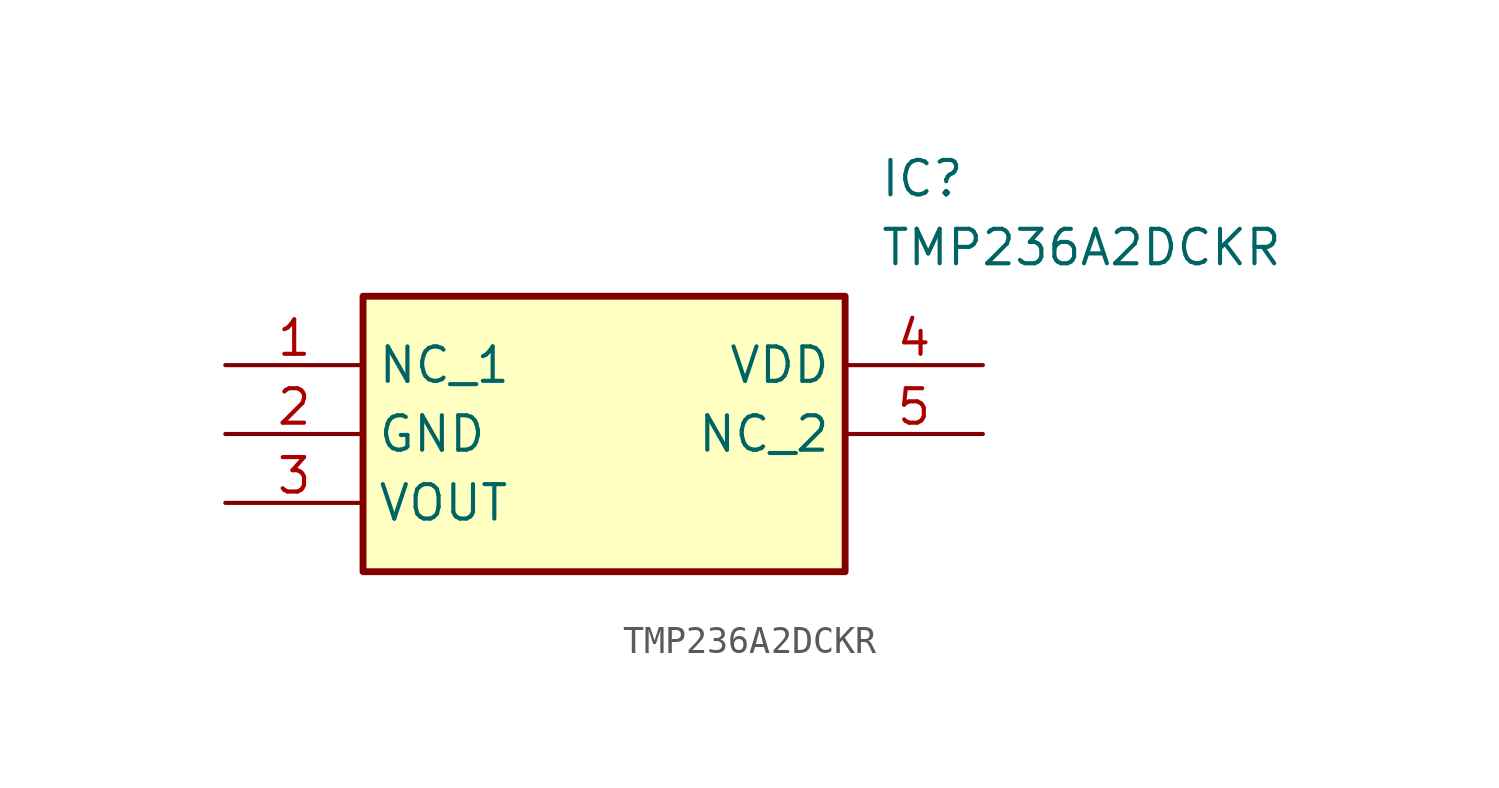
<source format=kicad_sym>
(kicad_symbol_lib
  (version 20211014)
  (generator SamacSys_ECAD_Model)
  (symbol "TMP236A2DCKR"
    (property "Reference" "IC"
      (at 24.13 7.62 0)
      (effects (font (size 1.27 1.27)) (justify left top)))
    (property "Value" "TMP236A2DCKR"
      (at 24.13 5.08 0)
      (effects (font (size 1.27 1.27)) (justify left top)))
    (rectangle
      (start 5.08 2.54)
      (end 22.86 -7.62)
      (stroke (width 0.254) (type default))
      (fill (type background)))
    (pin passive line
      (at 0 0 0)
      (length 5.08)
      (name "NC_1" (effects (font (size 1.27 1.27))))
      (number "1" (effects (font (size 1.27 1.27)))))
    (pin passive line
      (at 0 -2.54 0)
      (length 5.08)
      (name "GND" (effects (font (size 1.27 1.27))))
      (number "2" (effects (font (size 1.27 1.27)))))
    (pin passive line
      (at 0 -5.08 0)
      (length 5.08)
      (name "VOUT" (effects (font (size 1.27 1.27))))
      (number "3" (effects (font (size 1.27 1.27)))))
    (pin passive line
      (at 27.94 0 180)
      (length 5.08)
      (name "VDD" (effects (font (size 1.27 1.27))))
      (number "4" (effects (font (size 1.27 1.27)))))
    (pin passive line
      (at 27.94 -2.54 180)
      (length 5.08)
      (name "NC_2" (effects (font (size 1.27 1.27))))
      (number "5" (effects (font (size 1.27 1.27)))))))
</source>
